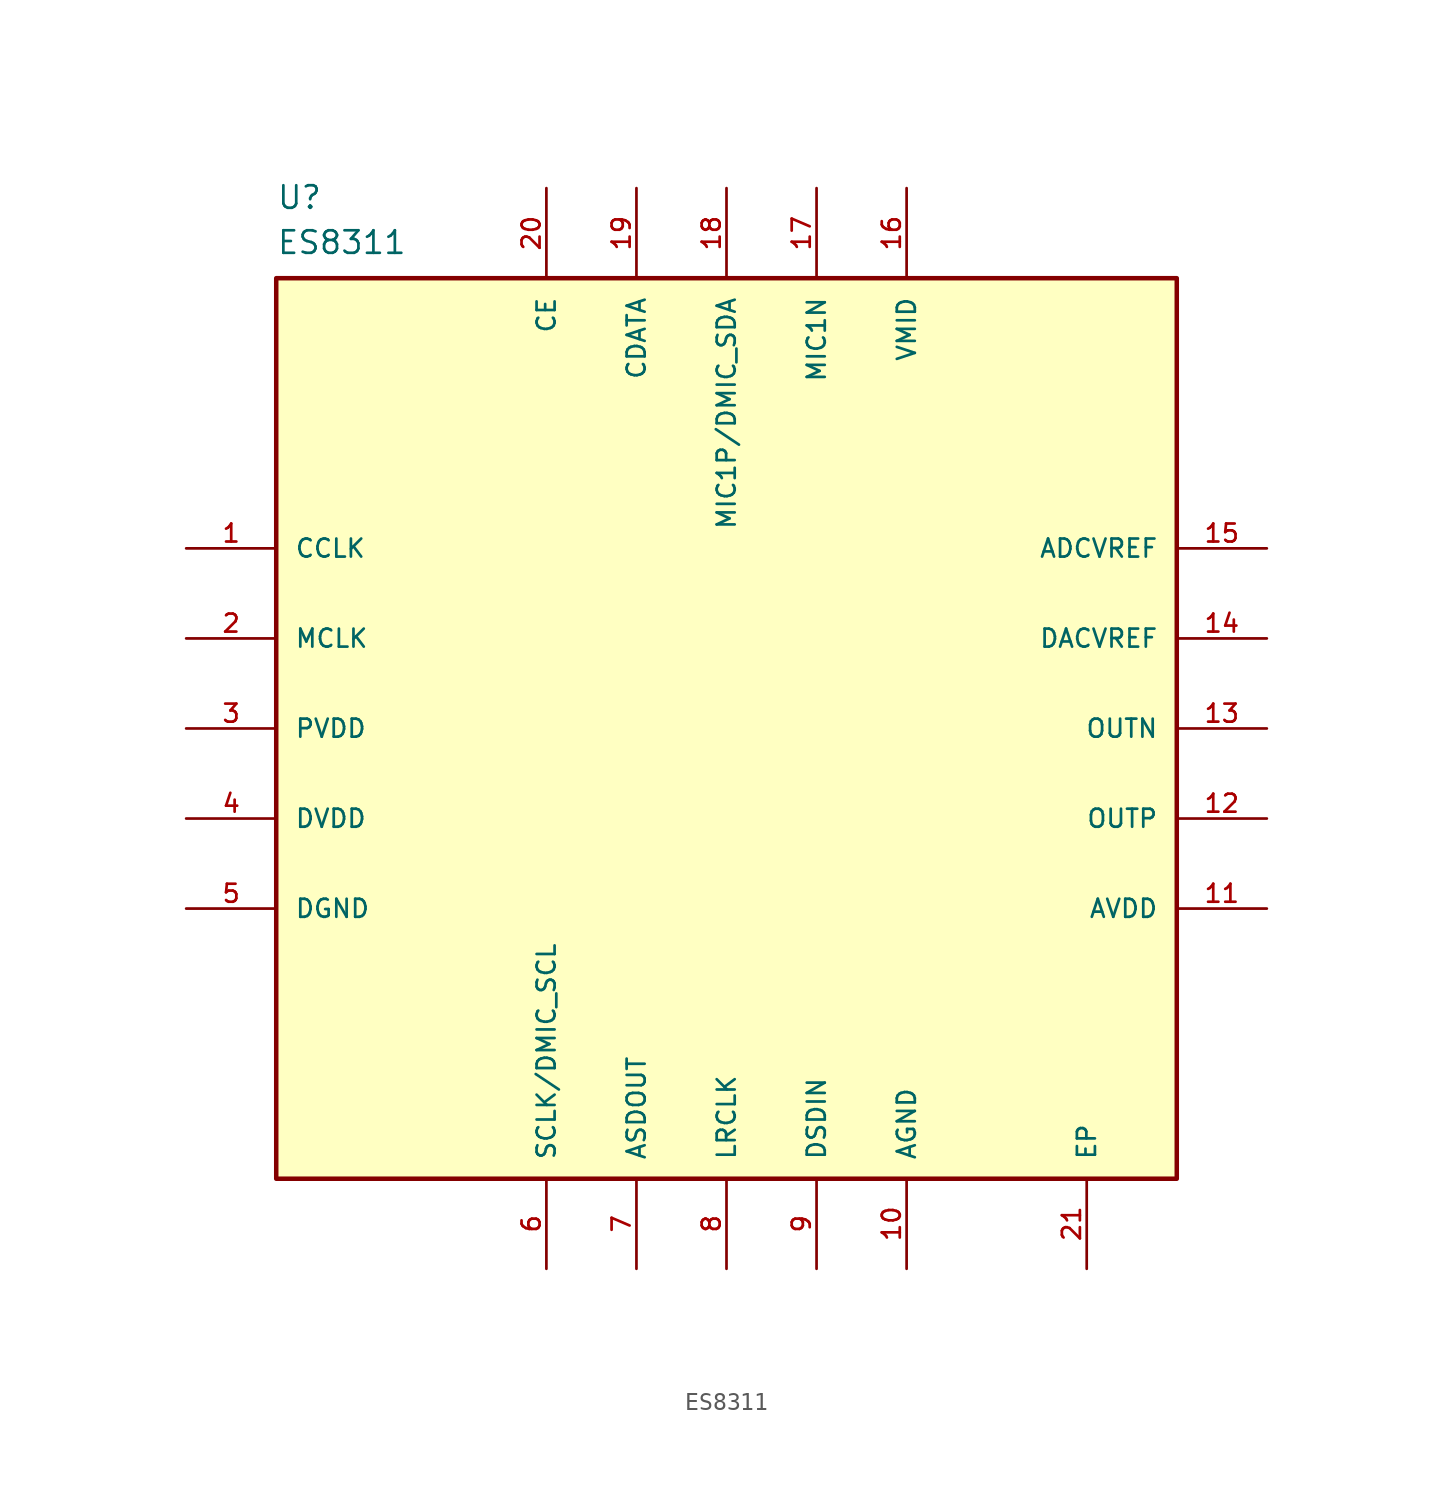
<source format=kicad_sym>
(kicad_symbol_lib
  (version 20220914)
  (generator kicad_symbol_editor)
  (symbol "ES8311"
    (pin_names
      (offset 1.016))
    (property "Reference" "U"
      (at -25.4 29.21 0)
      (effects (font (size 1.27 1.27)) (justify left bottom)))
    (property "Value" "ES8311"
      (at -25.4 26.67 0)
      (effects (font (size 1.27 1.27)) (justify left bottom)))
    (symbol "ES8311_0_0"
      (rectangle (start -25.4 25.4) (end 25.4 -25.4) (stroke (width 0.254) (type default)) (fill (type background))))
    (symbol "ES8311_1_0"
      (pin bidirectional line (at -30.48 10.16 0) (length 5.08) (name "CCLK" (effects (font (size 1.016 1.016)))) (number "1" (effects (font (size 1.016 1.016)))))
      (pin power_in line (at 10.16 -30.48 90) (length 5.08) (name "AGND" (effects (font (size 1.016 1.016)))) (number "10" (effects (font (size 1.016 1.016)))))
      (pin power_in line (at 30.48 -10.16 180) (length 5.08) (name "AVDD" (effects (font (size 1.016 1.016)))) (number "11" (effects (font (size 1.016 1.016)))))
      (pin bidirectional line (at 30.48 -5.08 180) (length 5.08) (name "OUTP" (effects (font (size 1.016 1.016)))) (number "12" (effects (font (size 1.016 1.016)))))
      (pin bidirectional line (at 30.48 0 180) (length 5.08) (name "OUTN" (effects (font (size 1.016 1.016)))) (number "13" (effects (font (size 1.016 1.016)))))
      (pin bidirectional line (at 30.48 5.08 180) (length 5.08) (name "DACVREF" (effects (font (size 1.016 1.016)))) (number "14" (effects (font (size 1.016 1.016)))))
      (pin bidirectional line (at 30.48 10.16 180) (length 5.08) (name "ADCVREF" (effects (font (size 1.016 1.016)))) (number "15" (effects (font (size 1.016 1.016)))))
      (pin bidirectional line (at 10.16 30.48 270) (length 5.08) (name "VMID" (effects (font (size 1.016 1.016)))) (number "16" (effects (font (size 1.016 1.016)))))
      (pin bidirectional line (at 5.08 30.48 270) (length 5.08) (name "MIC1N" (effects (font (size 1.016 1.016)))) (number "17" (effects (font (size 1.016 1.016)))))
      (pin bidirectional line (at 0 30.48 270) (length 5.08) (name "MIC1P/DMIC_SDA" (effects (font (size 1.016 1.016)))) (number "18" (effects (font (size 1.016 1.016)))))
      (pin bidirectional line (at -5.08 30.48 270) (length 5.08) (name "CDATA" (effects (font (size 1.016 1.016)))) (number "19" (effects (font (size 1.016 1.016)))))
      (pin bidirectional line (at -30.48 5.08 0) (length 5.08) (name "MCLK" (effects (font (size 1.016 1.016)))) (number "2" (effects (font (size 1.016 1.016)))))
      (pin bidirectional line (at -10.16 30.48 270) (length 5.08) (name "CE" (effects (font (size 1.016 1.016)))) (number "20" (effects (font (size 1.016 1.016)))))
      (pin power_in line (at 20.32 -30.48 90) (length 5.08) (name "EP" (effects (font (size 1.016 1.016)))) (number "21" (effects (font (size 1.016 1.016)))))
      (pin power_in line (at -30.48 0 0) (length 5.08) (name "PVDD" (effects (font (size 1.016 1.016)))) (number "3" (effects (font (size 1.016 1.016)))))
      (pin power_in line (at -30.48 -5.08 0) (length 5.08) (name "DVDD" (effects (font (size 1.016 1.016)))) (number "4" (effects (font (size 1.016 1.016)))))
      (pin power_in line (at -30.48 -10.16 0) (length 5.08) (name "DGND" (effects (font (size 1.016 1.016)))) (number "5" (effects (font (size 1.016 1.016)))))
      (pin bidirectional line (at -10.16 -30.48 90) (length 5.08) (name "SCLK/DMIC_SCL" (effects (font (size 1.016 1.016)))) (number "6" (effects (font (size 1.016 1.016)))))
      (pin bidirectional line (at -5.08 -30.48 90) (length 5.08) (name "ASDOUT" (effects (font (size 1.016 1.016)))) (number "7" (effects (font (size 1.016 1.016)))))
      (pin bidirectional line (at 0 -30.48 90) (length 5.08) (name "LRCLK" (effects (font (size 1.016 1.016)))) (number "8" (effects (font (size 1.016 1.016)))))
      (pin bidirectional line (at 5.08 -30.48 90) (length 5.08) (name "DSDIN" (effects (font (size 1.016 1.016)))) (number "9" (effects (font (size 1.016 1.016))))))))
</source>
